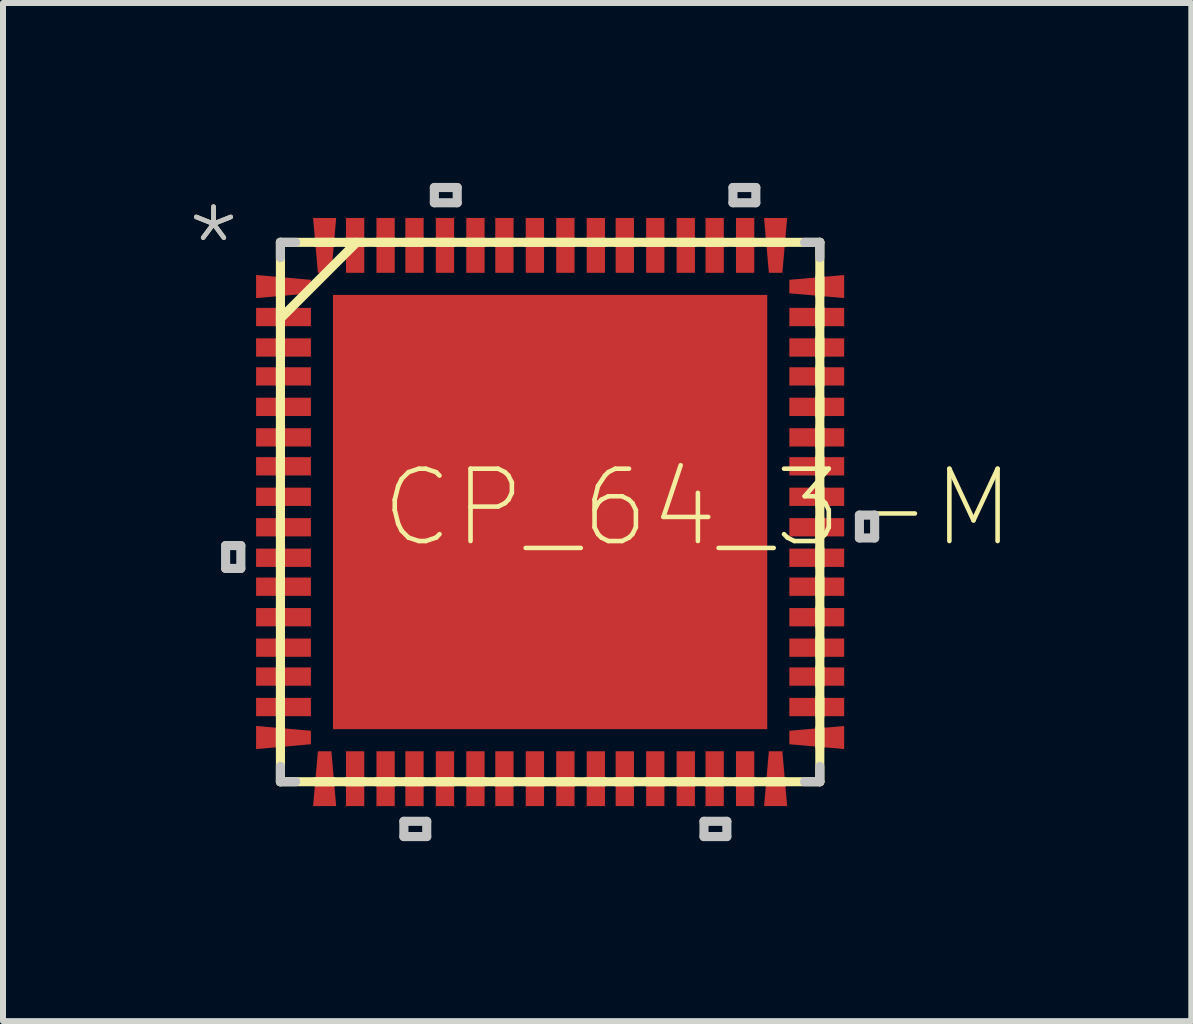
<source format=kicad_pcb>
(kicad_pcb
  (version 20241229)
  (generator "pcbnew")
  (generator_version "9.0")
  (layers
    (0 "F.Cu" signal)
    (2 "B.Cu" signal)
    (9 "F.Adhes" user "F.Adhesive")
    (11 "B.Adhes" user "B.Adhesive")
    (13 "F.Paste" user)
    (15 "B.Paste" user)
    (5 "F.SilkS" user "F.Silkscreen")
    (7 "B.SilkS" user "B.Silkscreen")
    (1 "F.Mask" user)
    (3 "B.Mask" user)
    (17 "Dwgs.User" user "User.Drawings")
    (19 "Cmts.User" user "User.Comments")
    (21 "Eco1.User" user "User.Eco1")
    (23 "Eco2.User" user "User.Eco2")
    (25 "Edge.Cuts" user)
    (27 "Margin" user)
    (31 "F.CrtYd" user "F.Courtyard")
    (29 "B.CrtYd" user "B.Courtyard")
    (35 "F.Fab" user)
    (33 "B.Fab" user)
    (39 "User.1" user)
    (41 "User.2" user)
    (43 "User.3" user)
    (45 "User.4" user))
  (footprint "CP_64_3-M"
    (layer "F.Cu")
    (at 6.121 5.486)
    (property "Reference" "CP_64_3-M" (at -2.87 0.635 0) (layer "F.SilkS") (effects (font (size 1.206 1.206) (thickness 0.076)) (justify left bottom)))
    (attr through_hole)
    (fp_line (start -4.496 -4.496) (end -4.496 4.496) (stroke (width 0.152) (type solid)) (layer "F.SilkS"))
    (fp_line (start -4.496 -3.912) (end -4.496 -3.607) (stroke (width 0.152) (type solid)) (layer "F.SilkS"))
    (fp_line (start -4.496 -3.404) (end -4.496 -3.099) (stroke (width 0.152) (type solid)) (layer "F.SilkS"))
    (fp_line (start -4.496 -3.226) (end -3.226 -4.496) (stroke (width 0.152) (type solid)) (layer "F.SilkS"))
    (fp_line (start -4.496 -2.896) (end -4.496 -2.591) (stroke (width 0.152) (type solid)) (layer "F.SilkS"))
    (fp_line (start -4.496 -2.413) (end -4.496 -2.108) (stroke (width 0.152) (type solid)) (layer "F.SilkS"))
    (fp_line (start -4.496 -1.905) (end -4.496 -1.6) (stroke (width 0.152) (type solid)) (layer "F.SilkS"))
    (fp_line (start -4.496 -1.397) (end -4.496 -1.092) (stroke (width 0.152) (type solid)) (layer "F.SilkS"))
    (fp_line (start -4.496 -0.914) (end -4.496 -0.61) (stroke (width 0.152) (type solid)) (layer "F.SilkS"))
    (fp_line (start -4.496 -0.406) (end -4.496 -0.102) (stroke (width 0.152) (type solid)) (layer "F.SilkS"))
    (fp_line (start -4.496 0.102) (end -4.496 0.406) (stroke (width 0.152) (type solid)) (layer "F.SilkS"))
    (fp_line (start -4.496 0.61) (end -4.496 0.914) (stroke (width 0.152) (type solid)) (layer "F.SilkS"))
    (fp_line (start -4.496 1.092) (end -4.496 1.397) (stroke (width 0.152) (type solid)) (layer "F.SilkS"))
    (fp_line (start -4.496 1.6) (end -4.496 1.905) (stroke (width 0.152) (type solid)) (layer "F.SilkS"))
    (fp_line (start -4.496 2.108) (end -4.496 2.413) (stroke (width 0.152) (type solid)) (layer "F.SilkS"))
    (fp_line (start -4.496 2.591) (end -4.496 2.896) (stroke (width 0.152) (type solid)) (layer "F.SilkS"))
    (fp_line (start -4.496 3.099) (end -4.496 3.404) (stroke (width 0.152) (type solid)) (layer "F.SilkS"))
    (fp_line (start -4.496 3.607) (end -4.496 3.912) (stroke (width 0.152) (type solid)) (layer "F.SilkS"))
    (fp_line (start -4.496 4.496) (end 4.496 4.496) (stroke (width 0.152) (type solid)) (layer "F.SilkS"))
    (fp_line (start -3.912 4.496) (end -3.607 4.496) (stroke (width 0.152) (type solid)) (layer "F.SilkS"))
    (fp_line (start -3.607 -4.496) (end -3.912 -4.496) (stroke (width 0.152) (type solid)) (layer "F.SilkS"))
    (fp_line (start -3.404 4.496) (end -3.099 4.496) (stroke (width 0.152) (type solid)) (layer "F.SilkS"))
    (fp_line (start -3.099 -4.496) (end -3.404 -4.496) (stroke (width 0.152) (type solid)) (layer "F.SilkS"))
    (fp_line (start -2.896 4.496) (end -2.591 4.496) (stroke (width 0.152) (type solid)) (layer "F.SilkS"))
    (fp_line (start -2.591 -4.496) (end -2.896 -4.496) (stroke (width 0.152) (type solid)) (layer "F.SilkS"))
    (fp_line (start -2.413 4.496) (end -2.108 4.496) (stroke (width 0.152) (type solid)) (layer "F.SilkS"))
    (fp_line (start -2.108 -4.496) (end -2.413 -4.496) (stroke (width 0.152) (type solid)) (layer "F.SilkS"))
    (fp_line (start -1.905 4.496) (end -1.6 4.496) (stroke (width 0.152) (type solid)) (layer "F.SilkS"))
    (fp_line (start -1.6 -4.496) (end -1.905 -4.496) (stroke (width 0.152) (type solid)) (layer "F.SilkS"))
    (fp_line (start -1.397 4.496) (end -1.092 4.496) (stroke (width 0.152) (type solid)) (layer "F.SilkS"))
    (fp_line (start -1.092 -4.496) (end -1.397 -4.496) (stroke (width 0.152) (type solid)) (layer "F.SilkS"))
    (fp_line (start -0.914 4.496) (end -0.61 4.496) (stroke (width 0.152) (type solid)) (layer "F.SilkS"))
    (fp_line (start -0.61 -4.496) (end -0.914 -4.496) (stroke (width 0.152) (type solid)) (layer "F.SilkS"))
    (fp_line (start -0.406 4.496) (end -0.102 4.496) (stroke (width 0.152) (type solid)) (layer "F.SilkS"))
    (fp_line (start -0.102 -4.496) (end -0.406 -4.496) (stroke (width 0.152) (type solid)) (layer "F.SilkS"))
    (fp_line (start 0.102 4.496) (end 0.406 4.496) (stroke (width 0.152) (type solid)) (layer "F.SilkS"))
    (fp_line (start 0.406 -4.496) (end 0.102 -4.496) (stroke (width 0.152) (type solid)) (layer "F.SilkS"))
    (fp_line (start 0.61 4.496) (end 0.914 4.496) (stroke (width 0.152) (type solid)) (layer "F.SilkS"))
    (fp_line (start 0.914 -4.496) (end 0.61 -4.496) (stroke (width 0.152) (type solid)) (layer "F.SilkS"))
    (fp_line (start 1.092 4.496) (end 1.397 4.496) (stroke (width 0.152) (type solid)) (layer "F.SilkS"))
    (fp_line (start 1.397 -4.496) (end 1.092 -4.496) (stroke (width 0.152) (type solid)) (layer "F.SilkS"))
    (fp_line (start 1.6 4.496) (end 1.905 4.496) (stroke (width 0.152) (type solid)) (layer "F.SilkS"))
    (fp_line (start 1.905 -4.496) (end 1.6 -4.496) (stroke (width 0.152) (type solid)) (layer "F.SilkS"))
    (fp_line (start 2.108 4.496) (end 2.413 4.496) (stroke (width 0.152) (type solid)) (layer "F.SilkS"))
    (fp_line (start 2.413 -4.496) (end 2.108 -4.496) (stroke (width 0.152) (type solid)) (layer "F.SilkS"))
    (fp_line (start 2.591 4.496) (end 2.896 4.496) (stroke (width 0.152) (type solid)) (layer "F.SilkS"))
    (fp_line (start 2.896 -4.496) (end 2.591 -4.496) (stroke (width 0.152) (type solid)) (layer "F.SilkS"))
    (fp_line (start 3.099 4.496) (end 3.404 4.496) (stroke (width 0.152) (type solid)) (layer "F.SilkS"))
    (fp_line (start 3.404 -4.496) (end 3.099 -4.496) (stroke (width 0.152) (type solid)) (layer "F.SilkS"))
    (fp_line (start 3.607 4.496) (end 3.912 4.496) (stroke (width 0.152) (type solid)) (layer "F.SilkS"))
    (fp_line (start 3.912 -4.496) (end 3.607 -4.496) (stroke (width 0.152) (type solid)) (layer "F.SilkS"))
    (fp_line (start 4.496 -4.496) (end -4.496 -4.496) (stroke (width 0.152) (type solid)) (layer "F.SilkS"))
    (fp_line (start 4.496 -3.607) (end 4.496 -3.912) (stroke (width 0.152) (type solid)) (layer "F.SilkS"))
    (fp_line (start 4.496 -3.099) (end 4.496 -3.404) (stroke (width 0.152) (type solid)) (layer "F.SilkS"))
    (fp_line (start 4.496 -2.591) (end 4.496 -2.896) (stroke (width 0.152) (type solid)) (layer "F.SilkS"))
    (fp_line (start 4.496 -2.108) (end 4.496 -2.413) (stroke (width 0.152) (type solid)) (layer "F.SilkS"))
    (fp_line (start 4.496 -1.6) (end 4.496 -1.905) (stroke (width 0.152) (type solid)) (layer "F.SilkS"))
    (fp_line (start 4.496 -1.092) (end 4.496 -1.397) (stroke (width 0.152) (type solid)) (layer "F.SilkS"))
    (fp_line (start 4.496 -0.61) (end 4.496 -0.914) (stroke (width 0.152) (type solid)) (layer "F.SilkS"))
    (fp_line (start 4.496 -0.102) (end 4.496 -0.406) (stroke (width 0.152) (type solid)) (layer "F.SilkS"))
    (fp_line (start 4.496 0.406) (end 4.496 0.102) (stroke (width 0.152) (type solid)) (layer "F.SilkS"))
    (fp_line (start 4.496 0.914) (end 4.496 0.61) (stroke (width 0.152) (type solid)) (layer "F.SilkS"))
    (fp_line (start 4.496 1.397) (end 4.496 1.092) (stroke (width 0.152) (type solid)) (layer "F.SilkS"))
    (fp_line (start 4.496 1.905) (end 4.496 1.6) (stroke (width 0.152) (type solid)) (layer "F.SilkS"))
    (fp_line (start 4.496 2.413) (end 4.496 2.108) (stroke (width 0.152) (type solid)) (layer "F.SilkS"))
    (fp_line (start 4.496 2.896) (end 4.496 2.591) (stroke (width 0.152) (type solid)) (layer "F.SilkS"))
    (fp_line (start 4.496 3.404) (end 4.496 3.099) (stroke (width 0.152) (type solid)) (layer "F.SilkS"))
    (fp_line (start 4.496 3.912) (end 4.496 3.607) (stroke (width 0.152) (type solid)) (layer "F.SilkS"))
    (fp_line (start 4.496 4.496) (end 4.496 -4.496) (stroke (width 0.152) (type solid)) (layer "F.SilkS"))
    (fp_line (start -5.41 0.559) (end -5.41 0.94) (stroke (width 0.152) (type solid)) (layer "Dwgs.User"))
    (fp_line (start -5.41 0.94) (end -5.156 0.94) (stroke (width 0.152) (type solid)) (layer "Dwgs.User"))
    (fp_line (start -5.156 0.559) (end -5.41 0.559) (stroke (width 0.152) (type solid)) (layer "Dwgs.User"))
    (fp_line (start -5.156 0.94) (end -5.156 0.559) (stroke (width 0.152) (type solid)) (layer "Dwgs.User"))
    (fp_line (start -4.496 -4.496) (end -4.496 -4.242) (stroke (width 0.152) (type solid)) (layer "Dwgs.User"))
    (fp_line (start -4.496 4.242) (end -4.496 4.496) (stroke (width 0.152) (type solid)) (layer "Dwgs.User"))
    (fp_line (start -4.496 4.496) (end -4.242 4.496) (stroke (width 0.152) (type solid)) (layer "Dwgs.User"))
    (fp_line (start -4.242 -4.496) (end -4.496 -4.496) (stroke (width 0.152) (type solid)) (layer "Dwgs.User"))
    (fp_line (start -2.438 5.156) (end -2.438 5.41) (stroke (width 0.152) (type solid)) (layer "Dwgs.User"))
    (fp_line (start -2.438 5.41) (end -2.057 5.41) (stroke (width 0.152) (type solid)) (layer "Dwgs.User"))
    (fp_line (start -2.057 5.156) (end -2.438 5.156) (stroke (width 0.152) (type solid)) (layer "Dwgs.User"))
    (fp_line (start -2.057 5.41) (end -2.057 5.156) (stroke (width 0.152) (type solid)) (layer "Dwgs.User"))
    (fp_line (start -1.93 -5.41) (end -1.549 -5.41) (stroke (width 0.152) (type solid)) (layer "Dwgs.User"))
    (fp_line (start -1.93 -5.156) (end -1.93 -5.41) (stroke (width 0.152) (type solid)) (layer "Dwgs.User"))
    (fp_line (start -1.549 -5.41) (end -1.549 -5.156) (stroke (width 0.152) (type solid)) (layer "Dwgs.User"))
    (fp_line (start -1.549 -5.156) (end -1.93 -5.156) (stroke (width 0.152) (type solid)) (layer "Dwgs.User"))
    (fp_line (start 2.565 5.156) (end 2.565 5.41) (stroke (width 0.152) (type solid)) (layer "Dwgs.User"))
    (fp_line (start 2.565 5.41) (end 2.946 5.41) (stroke (width 0.152) (type solid)) (layer "Dwgs.User"))
    (fp_line (start 2.946 5.156) (end 2.565 5.156) (stroke (width 0.152) (type solid)) (layer "Dwgs.User"))
    (fp_line (start 2.946 5.41) (end 2.946 5.156) (stroke (width 0.152) (type solid)) (layer "Dwgs.User"))
    (fp_line (start 3.048 -5.41) (end 3.429 -5.41) (stroke (width 0.152) (type solid)) (layer "Dwgs.User"))
    (fp_line (start 3.048 -5.156) (end 3.048 -5.41) (stroke (width 0.152) (type solid)) (layer "Dwgs.User"))
    (fp_line (start 3.429 -5.41) (end 3.429 -5.156) (stroke (width 0.152) (type solid)) (layer "Dwgs.User"))
    (fp_line (start 3.429 -5.156) (end 3.048 -5.156) (stroke (width 0.152) (type solid)) (layer "Dwgs.User"))
    (fp_line (start 4.242 4.496) (end 4.496 4.496) (stroke (width 0.152) (type solid)) (layer "Dwgs.User"))
    (fp_line (start 4.496 -4.496) (end 4.242 -4.496) (stroke (width 0.152) (type solid)) (layer "Dwgs.User"))
    (fp_line (start 4.496 -4.242) (end 4.496 -4.496) (stroke (width 0.152) (type solid)) (layer "Dwgs.User"))
    (fp_line (start 4.496 4.496) (end 4.496 4.242) (stroke (width 0.152) (type solid)) (layer "Dwgs.User"))
    (fp_line (start 5.156 0.051) (end 5.41 0.051) (stroke (width 0.152) (type solid)) (layer "Dwgs.User"))
    (fp_line (start 5.156 0.432) (end 5.156 0.051) (stroke (width 0.152) (type solid)) (layer "Dwgs.User"))
    (fp_line (start 5.41 0.051) (end 5.41 0.432) (stroke (width 0.152) (type solid)) (layer "Dwgs.User"))
    (fp_line (start 5.41 0.432) (end 5.156 0.432) (stroke (width 0.152) (type solid)) (layer "Dwgs.User"))
    (fp_text user "*" (at -6.121 -3.734 0) (layer "F.SilkS") (effects (font (size 1.206 1.206) (thickness 0.076)) (justify left bottom)))
    (fp_text user "*" (at -6.121 -3.734 0) (layer "Dwgs.User") (effects (font (size 1.206 1.206) (thickness 0.076)) (justify left bottom)))
    (pad "1" smd trapezoid (at -4.445 -3.759 270) (size 0.305 0.914) (rect_delta 0 0.08) (layers "F.Cu" "F.Mask" "F.Paste"))
    (pad "2" smd rect (at -4.445 -3.251 270) (size 0.305 0.914) (layers "F.Cu" "F.Mask" "F.Paste"))
    (pad "3" smd rect (at -4.445 -2.743 270) (size 0.305 0.914) (layers "F.Cu" "F.Mask" "F.Paste"))
    (pad "4" smd rect (at -4.445 -2.261 270) (size 0.305 0.914) (layers "F.Cu" "F.Mask" "F.Paste"))
    (pad "5" smd rect (at -4.445 -1.753 270) (size 0.305 0.914) (layers "F.Cu" "F.Mask" "F.Paste"))
    (pad "6" smd rect (at -4.445 -1.245 270) (size 0.305 0.914) (layers "F.Cu" "F.Mask" "F.Paste"))
    (pad "7" smd rect (at -4.445 -0.762 270) (size 0.305 0.914) (layers "F.Cu" "F.Mask" "F.Paste"))
    (pad "8" smd rect (at -4.445 -0.254 270) (size 0.305 0.914) (layers "F.Cu" "F.Mask" "F.Paste"))
    (pad "9" smd rect (at -4.445 0.254 270) (size 0.305 0.914) (layers "F.Cu" "F.Mask" "F.Paste"))
    (pad "10" smd rect (at -4.445 0.762 270) (size 0.305 0.914) (layers "F.Cu" "F.Mask" "F.Paste"))
    (pad "11" smd rect (at -4.445 1.245 270) (size 0.305 0.914) (layers "F.Cu" "F.Mask" "F.Paste"))
    (pad "12" smd rect (at -4.445 1.753 270) (size 0.305 0.914) (layers "F.Cu" "F.Mask" "F.Paste"))
    (pad "13" smd rect (at -4.445 2.261 270) (size 0.305 0.914) (layers "F.Cu" "F.Mask" "F.Paste"))
    (pad "14" smd rect (at -4.445 2.743 270) (size 0.305 0.914) (layers "F.Cu" "F.Mask" "F.Paste"))
    (pad "15" smd rect (at -4.445 3.251 270) (size 0.305 0.914) (layers "F.Cu" "F.Mask" "F.Paste"))
    (pad "16" smd trapezoid (at -4.445 3.759 270) (size 0.305 0.914) (rect_delta 0 0.08) (layers "F.Cu" "F.Mask" "F.Paste"))
    (pad "17" smd trapezoid (at -3.759 4.445) (size 0.305 0.914) (rect_delta 0 0.08) (layers "F.Cu" "F.Mask" "F.Paste"))
    (pad "18" smd rect (at -3.251 4.445 180) (size 0.305 0.914) (layers "F.Cu" "F.Mask" "F.Paste"))
    (pad "19" smd rect (at -2.743 4.445 180) (size 0.305 0.914) (layers "F.Cu" "F.Mask" "F.Paste"))
    (pad "20" smd rect (at -2.261 4.445 180) (size 0.305 0.914) (layers "F.Cu" "F.Mask" "F.Paste"))
    (pad "21" smd rect (at -1.753 4.445 180) (size 0.305 0.914) (layers "F.Cu" "F.Mask" "F.Paste"))
    (pad "22" smd rect (at -1.245 4.445 180) (size 0.305 0.914) (layers "F.Cu" "F.Mask" "F.Paste"))
    (pad "23" smd rect (at -0.762 4.445 180) (size 0.305 0.914) (layers "F.Cu" "F.Mask" "F.Paste"))
    (pad "24" smd rect (at -0.254 4.445 180) (size 0.305 0.914) (layers "F.Cu" "F.Mask" "F.Paste"))
    (pad "25" smd rect (at 0.254 4.445 180) (size 0.305 0.914) (layers "F.Cu" "F.Mask" "F.Paste"))
    (pad "26" smd rect (at 0.762 4.445 180) (size 0.305 0.914) (layers "F.Cu" "F.Mask" "F.Paste"))
    (pad "27" smd rect (at 1.245 4.445 180) (size 0.305 0.914) (layers "F.Cu" "F.Mask" "F.Paste"))
    (pad "28" smd rect (at 1.753 4.445 180) (size 0.305 0.914) (layers "F.Cu" "F.Mask" "F.Paste"))
    (pad "29" smd rect (at 2.261 4.445 180) (size 0.305 0.914) (layers "F.Cu" "F.Mask" "F.Paste"))
    (pad "30" smd rect (at 2.743 4.445 180) (size 0.305 0.914) (layers "F.Cu" "F.Mask" "F.Paste"))
    (pad "31" smd rect (at 3.251 4.445 180) (size 0.305 0.914) (layers "F.Cu" "F.Mask" "F.Paste"))
    (pad "32" smd trapezoid (at 3.759 4.445) (size 0.305 0.914) (rect_delta 0 0.08) (layers "F.Cu" "F.Mask" "F.Paste"))
    (pad "33" smd trapezoid (at 4.445 3.759 90) (size 0.305 0.914) (rect_delta 0 0.08) (layers "F.Cu" "F.Mask" "F.Paste"))
    (pad "34" smd rect (at 4.445 3.251 270) (size 0.305 0.914) (layers "F.Cu" "F.Mask" "F.Paste"))
    (pad "35" smd rect (at 4.445 2.743 270) (size 0.305 0.914) (layers "F.Cu" "F.Mask" "F.Paste"))
    (pad "36" smd rect (at 4.445 2.261 270) (size 0.305 0.914) (layers "F.Cu" "F.Mask" "F.Paste"))
    (pad "37" smd rect (at 4.445 1.753 270) (size 0.305 0.914) (layers "F.Cu" "F.Mask" "F.Paste"))
    (pad "38" smd rect (at 4.445 1.245 270) (size 0.305 0.914) (layers "F.Cu" "F.Mask" "F.Paste"))
    (pad "39" smd rect (at 4.445 0.762 270) (size 0.305 0.914) (layers "F.Cu" "F.Mask" "F.Paste"))
    (pad "40" smd rect (at 4.445 0.254 270) (size 0.305 0.914) (layers "F.Cu" "F.Mask" "F.Paste"))
    (pad "41" smd rect (at 4.445 -0.254 270) (size 0.305 0.914) (layers "F.Cu" "F.Mask" "F.Paste"))
    (pad "42" smd rect (at 4.445 -0.762 270) (size 0.305 0.914) (layers "F.Cu" "F.Mask" "F.Paste"))
    (pad "43" smd rect (at 4.445 -1.245 270) (size 0.305 0.914) (layers "F.Cu" "F.Mask" "F.Paste"))
    (pad "44" smd rect (at 4.445 -1.753 270) (size 0.305 0.914) (layers "F.Cu" "F.Mask" "F.Paste"))
    (pad "45" smd rect (at 4.445 -2.261 270) (size 0.305 0.914) (layers "F.Cu" "F.Mask" "F.Paste"))
    (pad "46" smd rect (at 4.445 -2.743 270) (size 0.305 0.914) (layers "F.Cu" "F.Mask" "F.Paste"))
    (pad "47" smd rect (at 4.445 -3.251 270) (size 0.305 0.914) (layers "F.Cu" "F.Mask" "F.Paste"))
    (pad "48" smd trapezoid (at 4.445 -3.759 90) (size 0.305 0.914) (rect_delta 0 0.08) (layers "F.Cu" "F.Mask" "F.Paste"))
    (pad "49" smd trapezoid (at 3.759 -4.445 180) (size 0.305 0.914) (rect_delta 0 0.08) (layers "F.Cu" "F.Mask" "F.Paste"))
    (pad "50" smd rect (at 3.251 -4.445 180) (size 0.305 0.914) (layers "F.Cu" "F.Mask" "F.Paste"))
    (pad "51" smd rect (at 2.743 -4.445 180) (size 0.305 0.914) (layers "F.Cu" "F.Mask" "F.Paste"))
    (pad "52" smd rect (at 2.261 -4.445 180) (size 0.305 0.914) (layers "F.Cu" "F.Mask" "F.Paste"))
    (pad "53" smd rect (at 1.753 -4.445 180) (size 0.305 0.914) (layers "F.Cu" "F.Mask" "F.Paste"))
    (pad "54" smd rect (at 1.245 -4.445 180) (size 0.305 0.914) (layers "F.Cu" "F.Mask" "F.Paste"))
    (pad "55" smd rect (at 0.762 -4.445 180) (size 0.305 0.914) (layers "F.Cu" "F.Mask" "F.Paste"))
    (pad "56" smd rect (at 0.254 -4.445 180) (size 0.305 0.914) (layers "F.Cu" "F.Mask" "F.Paste"))
    (pad "57" smd rect (at -0.254 -4.445 180) (size 0.305 0.914) (layers "F.Cu" "F.Mask" "F.Paste"))
    (pad "58" smd rect (at -0.762 -4.445 180) (size 0.305 0.914) (layers "F.Cu" "F.Mask" "F.Paste"))
    (pad "59" smd rect (at -1.245 -4.445 180) (size 0.305 0.914) (layers "F.Cu" "F.Mask" "F.Paste"))
    (pad "60" smd rect (at -1.753 -4.445 180) (size 0.305 0.914) (layers "F.Cu" "F.Mask" "F.Paste"))
    (pad "61" smd rect (at -2.261 -4.445 180) (size 0.305 0.914) (layers "F.Cu" "F.Mask" "F.Paste"))
    (pad "62" smd rect (at -2.743 -4.445 180) (size 0.305 0.914) (layers "F.Cu" "F.Mask" "F.Paste"))
    (pad "63" smd rect (at -3.251 -4.445 180) (size 0.305 0.914) (layers "F.Cu" "F.Mask" "F.Paste"))
    (pad "64" smd trapezoid (at -3.759 -4.445 180) (size 0.305 0.914) (rect_delta 0 0.08) (layers "F.Cu" "F.Mask" "F.Paste"))
    (pad "65" smd rect (at 0 0) (size 7.239 7.239) (layers "F.Cu" "F.Mask" "F.Paste")))
  (gr_rect
    (start -3 -3)
    (end 16.81 13.973)
    (stroke (width 0.1) (type default))
    (fill no)
    (layer "Edge.Cuts")))
</source>
